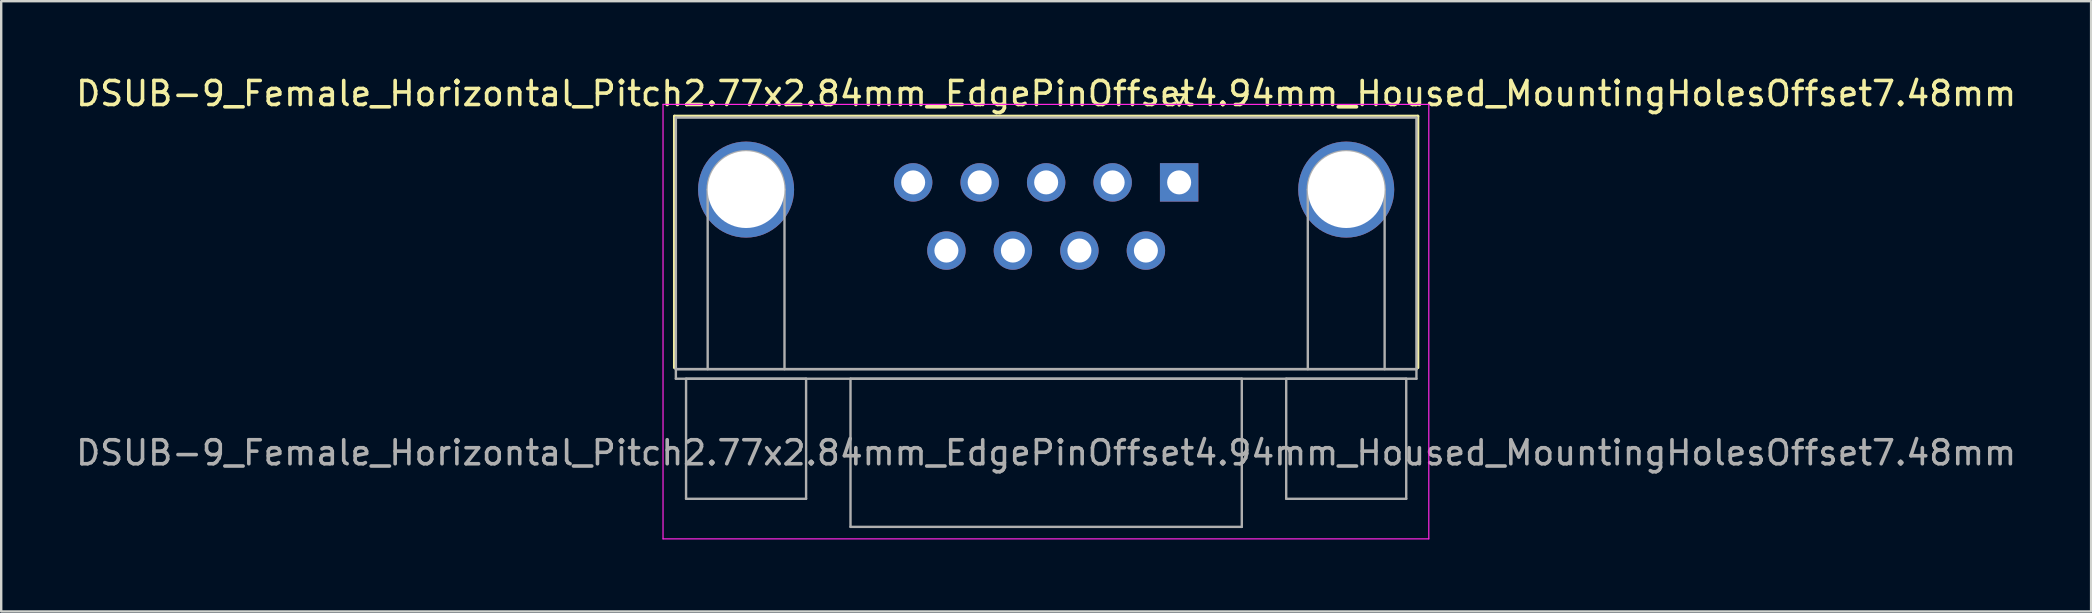
<source format=kicad_pcb>
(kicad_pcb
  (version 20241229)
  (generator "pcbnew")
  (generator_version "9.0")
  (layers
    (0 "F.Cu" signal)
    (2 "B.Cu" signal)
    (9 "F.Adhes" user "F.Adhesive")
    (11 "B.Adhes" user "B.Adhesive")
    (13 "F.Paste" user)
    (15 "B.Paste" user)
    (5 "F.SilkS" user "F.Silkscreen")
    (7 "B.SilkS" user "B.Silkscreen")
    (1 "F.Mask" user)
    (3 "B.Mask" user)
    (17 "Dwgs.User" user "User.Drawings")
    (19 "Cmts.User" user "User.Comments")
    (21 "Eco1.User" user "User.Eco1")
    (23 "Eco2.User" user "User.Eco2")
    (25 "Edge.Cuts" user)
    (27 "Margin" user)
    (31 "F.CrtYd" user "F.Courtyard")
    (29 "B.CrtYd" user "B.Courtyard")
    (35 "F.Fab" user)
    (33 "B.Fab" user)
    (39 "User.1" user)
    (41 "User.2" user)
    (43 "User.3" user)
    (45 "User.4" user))
  (footprint "DSUB-9_Female_Horizontal_Pitch2.77x2.84mm_EdgePinOffset4.94mm_Housed_MountingHolesOffset7.48mm"
    (layer "F.Cu")
    (at 46.07 4.548)
    (property "Reference" "DSUB-9_Female_Horizontal_Pitch2.77x2.84mm_EdgePinOffset4.94mm_Housed_MountingHolesOffset7.48mm" (at -5.54 -3.7 0) (layer "F.SilkS") (effects (font (size 1 1) (thickness 0.15))))
    (attr through_hole)
    (fp_line (start -21.025 -2.76) (end 9.945 -2.76) (stroke (width 0.12) (type solid)) (layer "F.SilkS"))
    (fp_line (start -21.025 7.72) (end -21.025 -2.76) (stroke (width 0.12) (type solid)) (layer "F.SilkS"))
    (fp_line (start -0.25 -3.654) (end 0.25 -3.654) (stroke (width 0.12) (type solid)) (layer "F.SilkS"))
    (fp_line (start 0 -3.221) (end -0.25 -3.654) (stroke (width 0.12) (type solid)) (layer "F.SilkS"))
    (fp_line (start 0.25 -3.654) (end 0 -3.221) (stroke (width 0.12) (type solid)) (layer "F.SilkS"))
    (fp_line (start 9.945 -2.76) (end 9.945 7.72) (stroke (width 0.12) (type solid)) (layer "F.SilkS"))
    (fp_line (start -21.5 -3.25) (end -21.5 14.85) (stroke (width 0.05) (type solid)) (layer "F.CrtYd"))
    (fp_line (start -21.5 14.85) (end 10.4 14.85) (stroke (width 0.05) (type solid)) (layer "F.CrtYd"))
    (fp_line (start 10.4 -3.25) (end -21.5 -3.25) (stroke (width 0.05) (type solid)) (layer "F.CrtYd"))
    (fp_line (start 10.4 14.85) (end 10.4 -3.25) (stroke (width 0.05) (type solid)) (layer "F.CrtYd"))
    (fp_line (start -20.965 -2.7) (end -20.965 7.78) (stroke (width 0.1) (type solid)) (layer "F.Fab"))
    (fp_line (start -20.965 7.78) (end -20.965 8.18) (stroke (width 0.1) (type solid)) (layer "F.Fab"))
    (fp_line (start -20.965 7.78) (end 9.885 7.78) (stroke (width 0.1) (type solid)) (layer "F.Fab"))
    (fp_line (start -20.965 8.18) (end 9.885 8.18) (stroke (width 0.1) (type solid)) (layer "F.Fab"))
    (fp_line (start -20.54 8.18) (end -20.54 13.18) (stroke (width 0.1) (type solid)) (layer "F.Fab"))
    (fp_line (start -20.54 13.18) (end -15.54 13.18) (stroke (width 0.1) (type solid)) (layer "F.Fab"))
    (fp_line (start -19.64 7.78) (end -19.64 0.3) (stroke (width 0.1) (type solid)) (layer "F.Fab"))
    (fp_line (start -16.44 7.78) (end -16.44 0.3) (stroke (width 0.1) (type solid)) (layer "F.Fab"))
    (fp_line (start -15.54 8.18) (end -20.54 8.18) (stroke (width 0.1) (type solid)) (layer "F.Fab"))
    (fp_line (start -15.54 13.18) (end -15.54 8.18) (stroke (width 0.1) (type solid)) (layer "F.Fab"))
    (fp_line (start -13.69 8.18) (end -13.69 14.35) (stroke (width 0.1) (type solid)) (layer "F.Fab"))
    (fp_line (start -13.69 14.35) (end 2.61 14.35) (stroke (width 0.1) (type solid)) (layer "F.Fab"))
    (fp_line (start 2.61 8.18) (end -13.69 8.18) (stroke (width 0.1) (type solid)) (layer "F.Fab"))
    (fp_line (start 2.61 14.35) (end 2.61 8.18) (stroke (width 0.1) (type solid)) (layer "F.Fab"))
    (fp_line (start 4.46 8.18) (end 4.46 13.18) (stroke (width 0.1) (type solid)) (layer "F.Fab"))
    (fp_line (start 4.46 13.18) (end 9.46 13.18) (stroke (width 0.1) (type solid)) (layer "F.Fab"))
    (fp_line (start 5.36 7.78) (end 5.36 0.3) (stroke (width 0.1) (type solid)) (layer "F.Fab"))
    (fp_line (start 8.56 7.78) (end 8.56 0.3) (stroke (width 0.1) (type solid)) (layer "F.Fab"))
    (fp_line (start 9.46 8.18) (end 4.46 8.18) (stroke (width 0.1) (type solid)) (layer "F.Fab"))
    (fp_line (start 9.46 13.18) (end 9.46 8.18) (stroke (width 0.1) (type solid)) (layer "F.Fab"))
    (fp_line (start 9.885 -2.7) (end -20.965 -2.7) (stroke (width 0.1) (type solid)) (layer "F.Fab"))
    (fp_line (start 9.885 7.78) (end -20.965 7.78) (stroke (width 0.1) (type solid)) (layer "F.Fab"))
    (fp_line (start 9.885 7.78) (end 9.885 -2.7) (stroke (width 0.1) (type solid)) (layer "F.Fab"))
    (fp_line (start 9.885 8.18) (end 9.885 7.78) (stroke (width 0.1) (type solid)) (layer "F.Fab"))
    (fp_arc (start -19.64 0.3) (mid -18.04 -1.3) (end -16.44 0.3) (stroke (width 0.1) (type solid)) (layer "F.Fab"))
    (fp_arc (start 5.36 0.3) (mid 6.96 -1.3) (end 8.56 0.3) (stroke (width 0.1) (type solid)) (layer "F.Fab"))
    (fp_text user "${REFERENCE}" (at -5.54 11.265 0) (layer "F.Fab") (effects (font (size 1 1) (thickness 0.15))))
    (pad "0" thru_hole circle (at -18.04 0.3) (size 4 4) (drill 3.2) (layers "*.Cu" "*.Mask"))
    (pad "0" thru_hole circle (at 6.96 0.3) (size 4 4) (drill 3.2) (layers "*.Cu" "*.Mask"))
    (pad "1" thru_hole rect (at 0 0) (size 1.6 1.6) (drill 1) (layers "*.Cu" "*.Mask"))
    (pad "2" thru_hole circle (at -2.77 0) (size 1.6 1.6) (drill 1) (layers "*.Cu" "*.Mask"))
    (pad "3" thru_hole circle (at -5.54 0) (size 1.6 1.6) (drill 1) (layers "*.Cu" "*.Mask"))
    (pad "4" thru_hole circle (at -8.31 0) (size 1.6 1.6) (drill 1) (layers "*.Cu" "*.Mask"))
    (pad "5" thru_hole circle (at -11.08 0) (size 1.6 1.6) (drill 1) (layers "*.Cu" "*.Mask"))
    (pad "6" thru_hole circle (at -1.385 2.84) (size 1.6 1.6) (drill 1) (layers "*.Cu" "*.Mask"))
    (pad "7" thru_hole circle (at -4.155 2.84) (size 1.6 1.6) (drill 1) (layers "*.Cu" "*.Mask"))
    (pad "8" thru_hole circle (at -6.925 2.84) (size 1.6 1.6) (drill 1) (layers "*.Cu" "*.Mask"))
    (pad "9" thru_hole circle (at -9.695 2.84) (size 1.6 1.6) (drill 1) (layers "*.Cu" "*.Mask")))
  (gr_rect
    (start -3 -3)
    (end 84.06 22.423)
    (stroke (width 0.1) (type default))
    (fill no)
    (layer "Edge.Cuts")))
</source>
